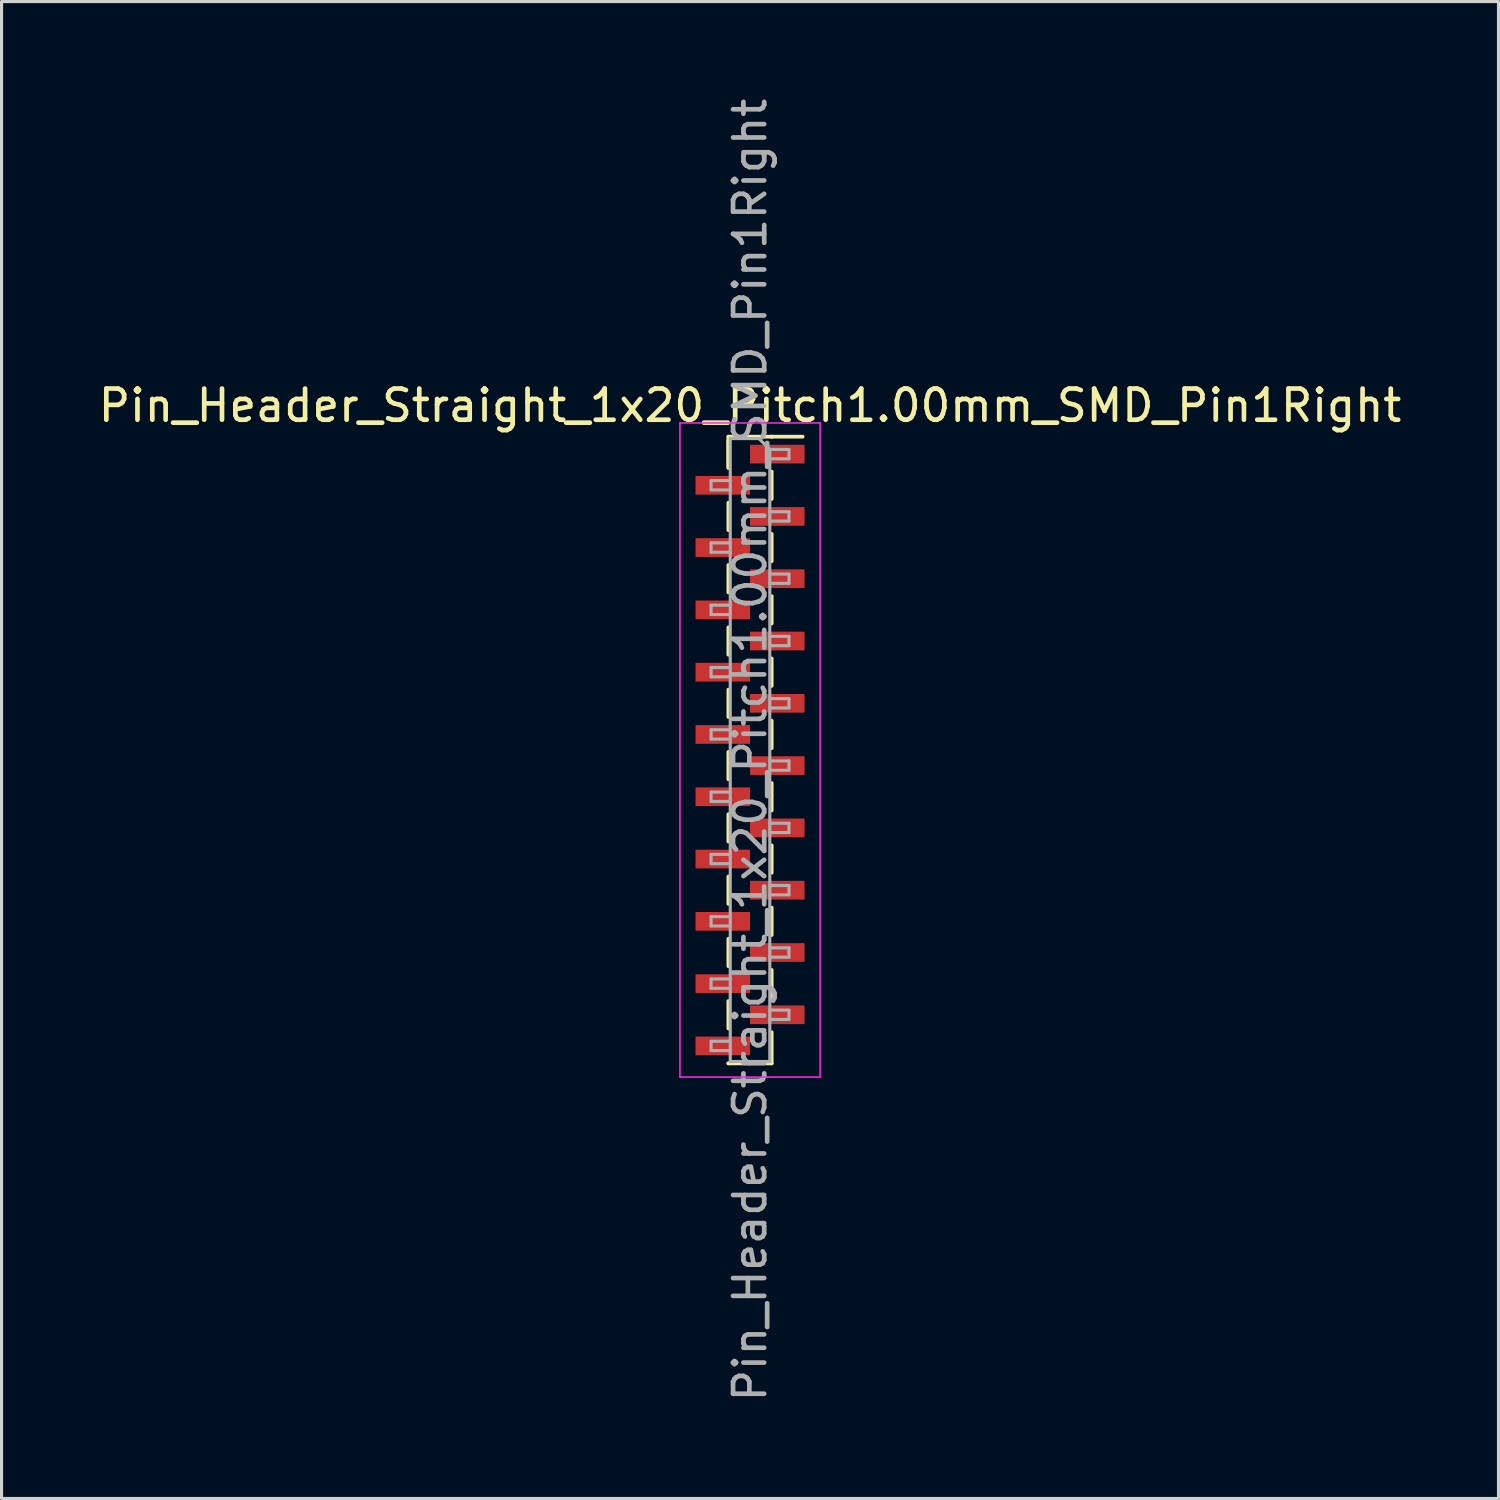
<source format=kicad_pcb>
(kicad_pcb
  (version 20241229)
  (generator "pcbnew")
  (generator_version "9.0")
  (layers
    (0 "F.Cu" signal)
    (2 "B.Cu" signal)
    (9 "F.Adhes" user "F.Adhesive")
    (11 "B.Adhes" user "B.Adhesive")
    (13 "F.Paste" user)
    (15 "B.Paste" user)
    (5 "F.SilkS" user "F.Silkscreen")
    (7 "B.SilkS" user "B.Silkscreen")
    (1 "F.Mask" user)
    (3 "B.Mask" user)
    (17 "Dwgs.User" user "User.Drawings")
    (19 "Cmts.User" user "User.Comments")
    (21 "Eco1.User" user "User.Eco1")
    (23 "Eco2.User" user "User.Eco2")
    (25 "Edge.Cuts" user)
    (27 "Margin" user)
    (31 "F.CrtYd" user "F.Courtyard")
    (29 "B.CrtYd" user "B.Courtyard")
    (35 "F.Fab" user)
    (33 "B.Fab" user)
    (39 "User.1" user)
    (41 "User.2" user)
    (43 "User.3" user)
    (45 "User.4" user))
  (footprint "Pin_Header_Straight_1x20_Pitch1.00mm_SMD_Pin1Right"
    (layer "F.Cu")
    (at 21.03 21.03)
    (property "Reference" "Pin_Header_Straight_1x20_Pitch1.00mm_SMD_Pin1Right" (at 0 -11.06 0) (layer "F.SilkS") (effects (font (size 1 1) (thickness 0.15))))
    (attr smd)
    (fp_line (start -0.695 -10.06) (end -0.695 -9.06) (stroke (width 0.12) (type solid)) (layer "F.SilkS"))
    (fp_line (start -0.695 -10.06) (end 0.695 -10.06) (stroke (width 0.12) (type solid)) (layer "F.SilkS"))
    (fp_line (start -0.695 -9.94) (end -0.695 -9.06) (stroke (width 0.12) (type solid)) (layer "F.SilkS"))
    (fp_line (start -0.695 -7.94) (end -0.695 -7.06) (stroke (width 0.12) (type solid)) (layer "F.SilkS"))
    (fp_line (start -0.695 -5.94) (end -0.695 -5.06) (stroke (width 0.12) (type solid)) (layer "F.SilkS"))
    (fp_line (start -0.695 -3.94) (end -0.695 -3.06) (stroke (width 0.12) (type solid)) (layer "F.SilkS"))
    (fp_line (start -0.695 -1.94) (end -0.695 -1.06) (stroke (width 0.12) (type solid)) (layer "F.SilkS"))
    (fp_line (start -0.695 0.06) (end -0.695 0.94) (stroke (width 0.12) (type solid)) (layer "F.SilkS"))
    (fp_line (start -0.695 2.06) (end -0.695 2.94) (stroke (width 0.12) (type solid)) (layer "F.SilkS"))
    (fp_line (start -0.695 4.06) (end -0.695 4.94) (stroke (width 0.12) (type solid)) (layer "F.SilkS"))
    (fp_line (start -0.695 6.06) (end -0.695 6.94) (stroke (width 0.12) (type solid)) (layer "F.SilkS"))
    (fp_line (start -0.695 8.06) (end -0.695 8.94) (stroke (width 0.12) (type solid)) (layer "F.SilkS"))
    (fp_line (start -0.695 10.06) (end -0.695 10.06) (stroke (width 0.12) (type solid)) (layer "F.SilkS"))
    (fp_line (start -0.695 10.06) (end 0.695 10.06) (stroke (width 0.12) (type solid)) (layer "F.SilkS"))
    (fp_line (start 0.695 -10.06) (end 0.695 -10.06) (stroke (width 0.12) (type solid)) (layer "F.SilkS"))
    (fp_line (start 0.695 -10.06) (end 1.69 -10.06) (stroke (width 0.12) (type solid)) (layer "F.SilkS"))
    (fp_line (start 0.695 -8.94) (end 0.695 -8.06) (stroke (width 0.12) (type solid)) (layer "F.SilkS"))
    (fp_line (start 0.695 -6.94) (end 0.695 -6.06) (stroke (width 0.12) (type solid)) (layer "F.SilkS"))
    (fp_line (start 0.695 -4.94) (end 0.695 -4.06) (stroke (width 0.12) (type solid)) (layer "F.SilkS"))
    (fp_line (start 0.695 -2.94) (end 0.695 -2.06) (stroke (width 0.12) (type solid)) (layer "F.SilkS"))
    (fp_line (start 0.695 -0.94) (end 0.695 -0.06) (stroke (width 0.12) (type solid)) (layer "F.SilkS"))
    (fp_line (start 0.695 1.06) (end 0.695 1.94) (stroke (width 0.12) (type solid)) (layer "F.SilkS"))
    (fp_line (start 0.695 3.06) (end 0.695 3.94) (stroke (width 0.12) (type solid)) (layer "F.SilkS"))
    (fp_line (start 0.695 5.06) (end 0.695 5.94) (stroke (width 0.12) (type solid)) (layer "F.SilkS"))
    (fp_line (start 0.695 7.06) (end 0.695 7.94) (stroke (width 0.12) (type solid)) (layer "F.SilkS"))
    (fp_line (start 0.695 9.06) (end 0.695 10.06) (stroke (width 0.12) (type solid)) (layer "F.SilkS"))
    (fp_line (start -2.25 -10.5) (end -2.25 10.5) (stroke (width 0.05) (type solid)) (layer "F.CrtYd"))
    (fp_line (start -2.25 10.5) (end 2.25 10.5) (stroke (width 0.05) (type solid)) (layer "F.CrtYd"))
    (fp_line (start 2.25 -10.5) (end -2.25 -10.5) (stroke (width 0.05) (type solid)) (layer "F.CrtYd"))
    (fp_line (start 2.25 10.5) (end 2.25 -10.5) (stroke (width 0.05) (type solid)) (layer "F.CrtYd"))
    (fp_line (start -1.25 -8.65) (end -1.25 -8.35) (stroke (width 0.1) (type solid)) (layer "F.Fab"))
    (fp_line (start -1.25 -8.35) (end -0.635 -8.35) (stroke (width 0.1) (type solid)) (layer "F.Fab"))
    (fp_line (start -1.25 -6.65) (end -1.25 -6.35) (stroke (width 0.1) (type solid)) (layer "F.Fab"))
    (fp_line (start -1.25 -6.35) (end -0.635 -6.35) (stroke (width 0.1) (type solid)) (layer "F.Fab"))
    (fp_line (start -1.25 -4.65) (end -1.25 -4.35) (stroke (width 0.1) (type solid)) (layer "F.Fab"))
    (fp_line (start -1.25 -4.35) (end -0.635 -4.35) (stroke (width 0.1) (type solid)) (layer "F.Fab"))
    (fp_line (start -1.25 -2.65) (end -1.25 -2.35) (stroke (width 0.1) (type solid)) (layer "F.Fab"))
    (fp_line (start -1.25 -2.35) (end -0.635 -2.35) (stroke (width 0.1) (type solid)) (layer "F.Fab"))
    (fp_line (start -1.25 -0.65) (end -1.25 -0.35) (stroke (width 0.1) (type solid)) (layer "F.Fab"))
    (fp_line (start -1.25 -0.35) (end -0.635 -0.35) (stroke (width 0.1) (type solid)) (layer "F.Fab"))
    (fp_line (start -1.25 1.35) (end -1.25 1.65) (stroke (width 0.1) (type solid)) (layer "F.Fab"))
    (fp_line (start -1.25 1.65) (end -0.635 1.65) (stroke (width 0.1) (type solid)) (layer "F.Fab"))
    (fp_line (start -1.25 3.35) (end -1.25 3.65) (stroke (width 0.1) (type solid)) (layer "F.Fab"))
    (fp_line (start -1.25 3.65) (end -0.635 3.65) (stroke (width 0.1) (type solid)) (layer "F.Fab"))
    (fp_line (start -1.25 5.35) (end -1.25 5.65) (stroke (width 0.1) (type solid)) (layer "F.Fab"))
    (fp_line (start -1.25 5.65) (end -0.635 5.65) (stroke (width 0.1) (type solid)) (layer "F.Fab"))
    (fp_line (start -1.25 7.35) (end -1.25 7.65) (stroke (width 0.1) (type solid)) (layer "F.Fab"))
    (fp_line (start -1.25 7.65) (end -0.635 7.65) (stroke (width 0.1) (type solid)) (layer "F.Fab"))
    (fp_line (start -1.25 9.35) (end -1.25 9.65) (stroke (width 0.1) (type solid)) (layer "F.Fab"))
    (fp_line (start -1.25 9.65) (end -0.635 9.65) (stroke (width 0.1) (type solid)) (layer "F.Fab"))
    (fp_line (start -0.635 -10) (end -0.635 10) (stroke (width 0.1) (type solid)) (layer "F.Fab"))
    (fp_line (start -0.635 -10) (end 0.285 -10) (stroke (width 0.1) (type solid)) (layer "F.Fab"))
    (fp_line (start -0.635 -8.65) (end -1.25 -8.65) (stroke (width 0.1) (type solid)) (layer "F.Fab"))
    (fp_line (start -0.635 -6.65) (end -1.25 -6.65) (stroke (width 0.1) (type solid)) (layer "F.Fab"))
    (fp_line (start -0.635 -4.65) (end -1.25 -4.65) (stroke (width 0.1) (type solid)) (layer "F.Fab"))
    (fp_line (start -0.635 -2.65) (end -1.25 -2.65) (stroke (width 0.1) (type solid)) (layer "F.Fab"))
    (fp_line (start -0.635 -0.65) (end -1.25 -0.65) (stroke (width 0.1) (type solid)) (layer "F.Fab"))
    (fp_line (start -0.635 1.35) (end -1.25 1.35) (stroke (width 0.1) (type solid)) (layer "F.Fab"))
    (fp_line (start -0.635 3.35) (end -1.25 3.35) (stroke (width 0.1) (type solid)) (layer "F.Fab"))
    (fp_line (start -0.635 5.35) (end -1.25 5.35) (stroke (width 0.1) (type solid)) (layer "F.Fab"))
    (fp_line (start -0.635 7.35) (end -1.25 7.35) (stroke (width 0.1) (type solid)) (layer "F.Fab"))
    (fp_line (start -0.635 9.35) (end -1.25 9.35) (stroke (width 0.1) (type solid)) (layer "F.Fab"))
    (fp_line (start 0.635 -9.65) (end 0.285 -10) (stroke (width 0.1) (type solid)) (layer "F.Fab"))
    (fp_line (start 0.635 -9.65) (end 1.25 -9.65) (stroke (width 0.1) (type solid)) (layer "F.Fab"))
    (fp_line (start 0.635 -7.65) (end 1.25 -7.65) (stroke (width 0.1) (type solid)) (layer "F.Fab"))
    (fp_line (start 0.635 -5.65) (end 1.25 -5.65) (stroke (width 0.1) (type solid)) (layer "F.Fab"))
    (fp_line (start 0.635 -3.65) (end 1.25 -3.65) (stroke (width 0.1) (type solid)) (layer "F.Fab"))
    (fp_line (start 0.635 -1.65) (end 1.25 -1.65) (stroke (width 0.1) (type solid)) (layer "F.Fab"))
    (fp_line (start 0.635 0.35) (end 1.25 0.35) (stroke (width 0.1) (type solid)) (layer "F.Fab"))
    (fp_line (start 0.635 2.35) (end 1.25 2.35) (stroke (width 0.1) (type solid)) (layer "F.Fab"))
    (fp_line (start 0.635 4.35) (end 1.25 4.35) (stroke (width 0.1) (type solid)) (layer "F.Fab"))
    (fp_line (start 0.635 6.35) (end 1.25 6.35) (stroke (width 0.1) (type solid)) (layer "F.Fab"))
    (fp_line (start 0.635 8.35) (end 1.25 8.35) (stroke (width 0.1) (type solid)) (layer "F.Fab"))
    (fp_line (start 0.635 10) (end -0.635 10) (stroke (width 0.1) (type solid)) (layer "F.Fab"))
    (fp_line (start 0.635 10) (end 0.635 -9.65) (stroke (width 0.1) (type solid)) (layer "F.Fab"))
    (fp_line (start 1.25 -9.65) (end 1.25 -9.35) (stroke (width 0.1) (type solid)) (layer "F.Fab"))
    (fp_line (start 1.25 -9.35) (end 0.635 -9.35) (stroke (width 0.1) (type solid)) (layer "F.Fab"))
    (fp_line (start 1.25 -7.65) (end 1.25 -7.35) (stroke (width 0.1) (type solid)) (layer "F.Fab"))
    (fp_line (start 1.25 -7.35) (end 0.635 -7.35) (stroke (width 0.1) (type solid)) (layer "F.Fab"))
    (fp_line (start 1.25 -5.65) (end 1.25 -5.35) (stroke (width 0.1) (type solid)) (layer "F.Fab"))
    (fp_line (start 1.25 -5.35) (end 0.635 -5.35) (stroke (width 0.1) (type solid)) (layer "F.Fab"))
    (fp_line (start 1.25 -3.65) (end 1.25 -3.35) (stroke (width 0.1) (type solid)) (layer "F.Fab"))
    (fp_line (start 1.25 -3.35) (end 0.635 -3.35) (stroke (width 0.1) (type solid)) (layer "F.Fab"))
    (fp_line (start 1.25 -1.65) (end 1.25 -1.35) (stroke (width 0.1) (type solid)) (layer "F.Fab"))
    (fp_line (start 1.25 -1.35) (end 0.635 -1.35) (stroke (width 0.1) (type solid)) (layer "F.Fab"))
    (fp_line (start 1.25 0.35) (end 1.25 0.65) (stroke (width 0.1) (type solid)) (layer "F.Fab"))
    (fp_line (start 1.25 0.65) (end 0.635 0.65) (stroke (width 0.1) (type solid)) (layer "F.Fab"))
    (fp_line (start 1.25 2.35) (end 1.25 2.65) (stroke (width 0.1) (type solid)) (layer "F.Fab"))
    (fp_line (start 1.25 2.65) (end 0.635 2.65) (stroke (width 0.1) (type solid)) (layer "F.Fab"))
    (fp_line (start 1.25 4.35) (end 1.25 4.65) (stroke (width 0.1) (type solid)) (layer "F.Fab"))
    (fp_line (start 1.25 4.65) (end 0.635 4.65) (stroke (width 0.1) (type solid)) (layer "F.Fab"))
    (fp_line (start 1.25 6.35) (end 1.25 6.65) (stroke (width 0.1) (type solid)) (layer "F.Fab"))
    (fp_line (start 1.25 6.65) (end 0.635 6.65) (stroke (width 0.1) (type solid)) (layer "F.Fab"))
    (fp_line (start 1.25 8.35) (end 1.25 8.65) (stroke (width 0.1) (type solid)) (layer "F.Fab"))
    (fp_line (start 1.25 8.65) (end 0.635 8.65) (stroke (width 0.1) (type solid)) (layer "F.Fab"))
    (fp_text user "${REFERENCE}" (at 0 0 90) (layer "F.Fab") (effects (font (size 1 1) (thickness 0.15))))
    (pad "1" smd rect (at 0.875 -9.5) (size 1.75 0.6) (layers "F.Cu" "F.Mask" "F.Paste"))
    (pad "2" smd rect (at -0.875 -8.5) (size 1.75 0.6) (layers "F.Cu" "F.Mask" "F.Paste"))
    (pad "3" smd rect (at 0.875 -7.5) (size 1.75 0.6) (layers "F.Cu" "F.Mask" "F.Paste"))
    (pad "4" smd rect (at -0.875 -6.5) (size 1.75 0.6) (layers "F.Cu" "F.Mask" "F.Paste"))
    (pad "5" smd rect (at 0.875 -5.5) (size 1.75 0.6) (layers "F.Cu" "F.Mask" "F.Paste"))
    (pad "6" smd rect (at -0.875 -4.5) (size 1.75 0.6) (layers "F.Cu" "F.Mask" "F.Paste"))
    (pad "7" smd rect (at 0.875 -3.5) (size 1.75 0.6) (layers "F.Cu" "F.Mask" "F.Paste"))
    (pad "8" smd rect (at -0.875 -2.5) (size 1.75 0.6) (layers "F.Cu" "F.Mask" "F.Paste"))
    (pad "9" smd rect (at 0.875 -1.5) (size 1.75 0.6) (layers "F.Cu" "F.Mask" "F.Paste"))
    (pad "10" smd rect (at -0.875 -0.5) (size 1.75 0.6) (layers "F.Cu" "F.Mask" "F.Paste"))
    (pad "11" smd rect (at 0.875 0.5) (size 1.75 0.6) (layers "F.Cu" "F.Mask" "F.Paste"))
    (pad "12" smd rect (at -0.875 1.5) (size 1.75 0.6) (layers "F.Cu" "F.Mask" "F.Paste"))
    (pad "13" smd rect (at 0.875 2.5) (size 1.75 0.6) (layers "F.Cu" "F.Mask" "F.Paste"))
    (pad "14" smd rect (at -0.875 3.5) (size 1.75 0.6) (layers "F.Cu" "F.Mask" "F.Paste"))
    (pad "15" smd rect (at 0.875 4.5) (size 1.75 0.6) (layers "F.Cu" "F.Mask" "F.Paste"))
    (pad "16" smd rect (at -0.875 5.5) (size 1.75 0.6) (layers "F.Cu" "F.Mask" "F.Paste"))
    (pad "17" smd rect (at 0.875 6.5) (size 1.75 0.6) (layers "F.Cu" "F.Mask" "F.Paste"))
    (pad "18" smd rect (at -0.875 7.5) (size 1.75 0.6) (layers "F.Cu" "F.Mask" "F.Paste"))
    (pad "19" smd rect (at 0.875 8.5) (size 1.75 0.6) (layers "F.Cu" "F.Mask" "F.Paste"))
    (pad "20" smd rect (at -0.875 9.5) (size 1.75 0.6) (layers "F.Cu" "F.Mask" "F.Paste")))
  (gr_rect
    (start -3 -3)
    (end 45.06 45.06)
    (stroke (width 0.1) (type default))
    (fill no)
    (layer "Edge.Cuts")))
</source>
